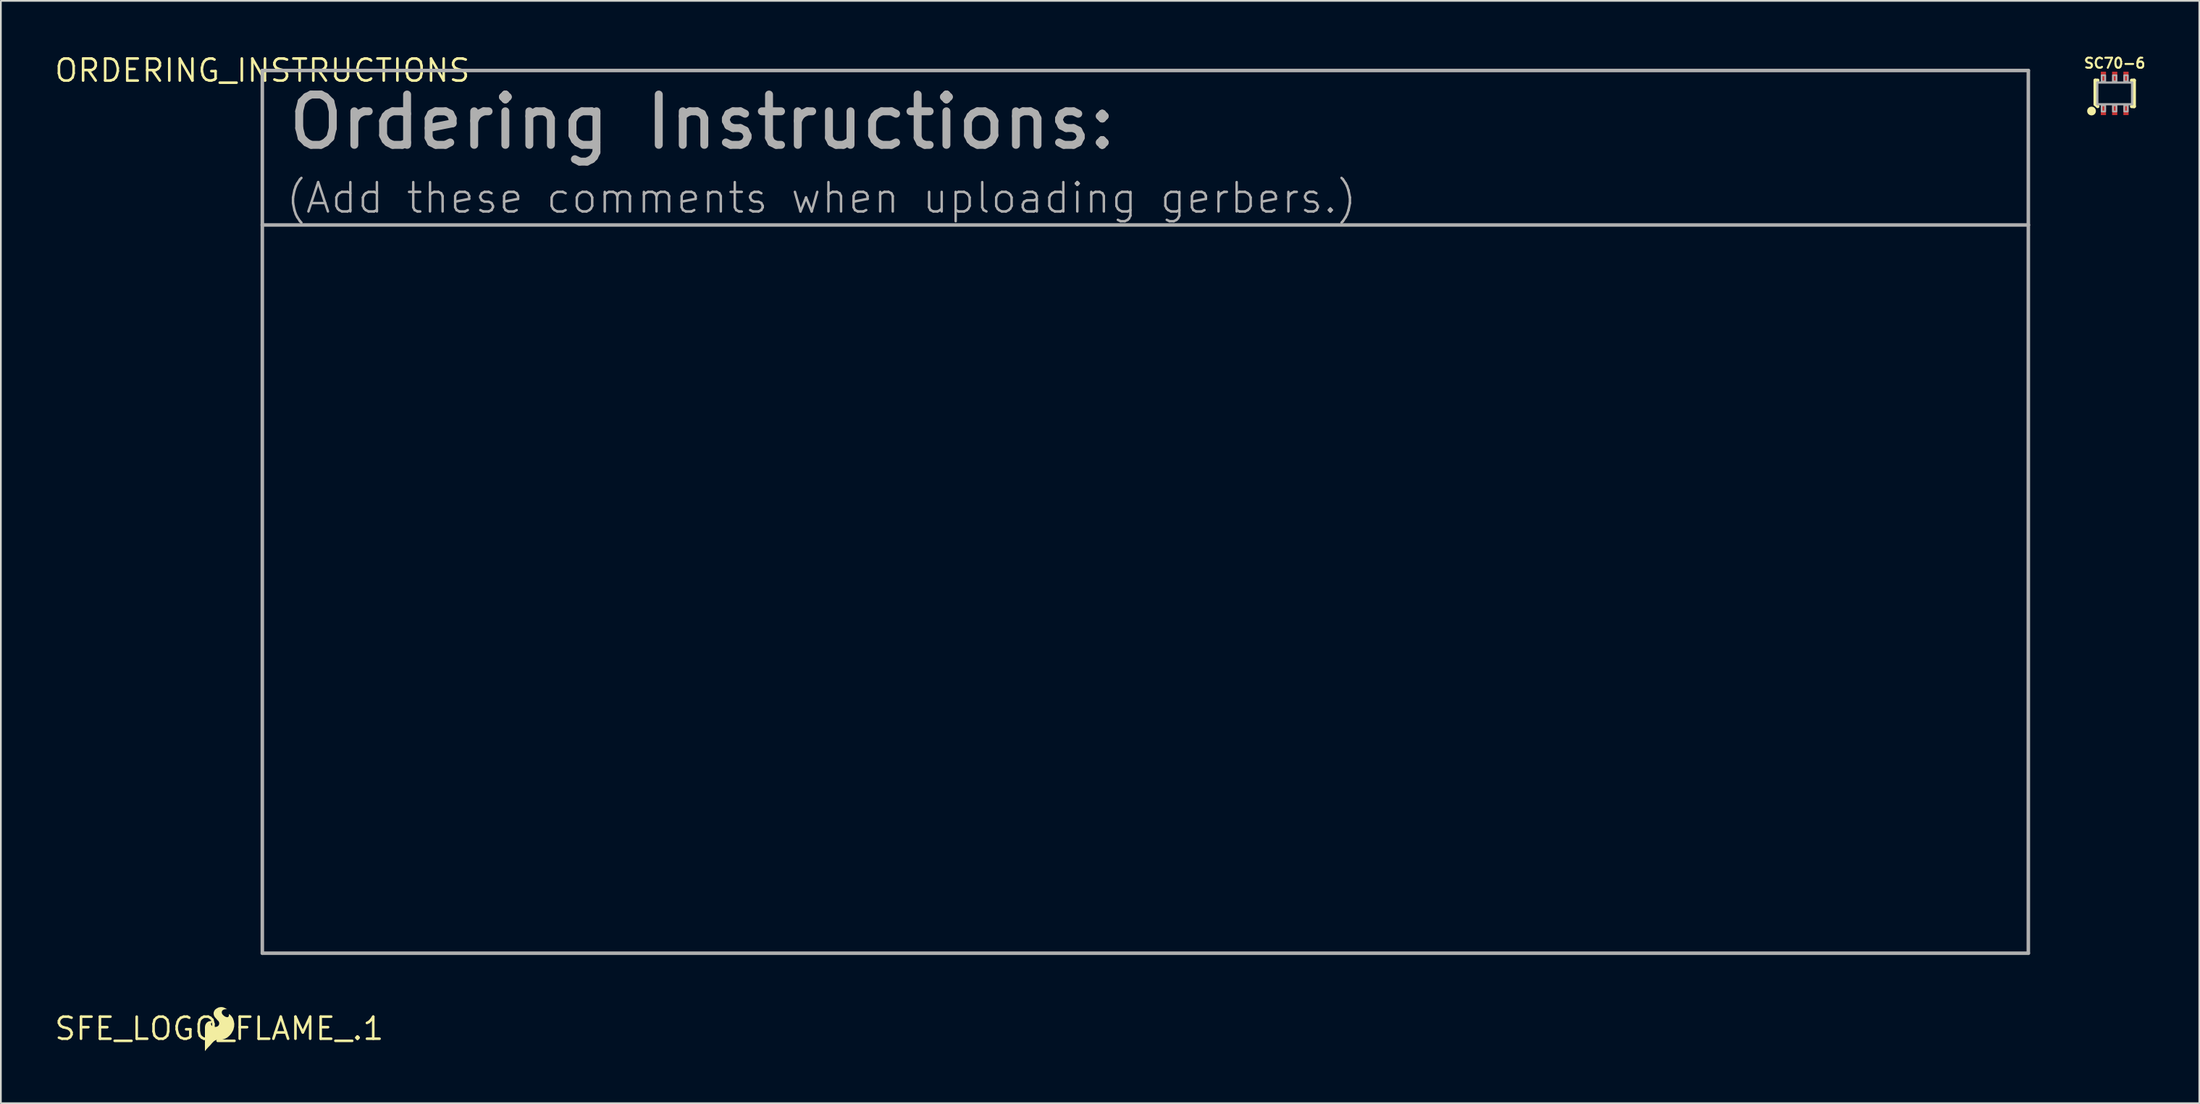
<source format=kicad_pcb>
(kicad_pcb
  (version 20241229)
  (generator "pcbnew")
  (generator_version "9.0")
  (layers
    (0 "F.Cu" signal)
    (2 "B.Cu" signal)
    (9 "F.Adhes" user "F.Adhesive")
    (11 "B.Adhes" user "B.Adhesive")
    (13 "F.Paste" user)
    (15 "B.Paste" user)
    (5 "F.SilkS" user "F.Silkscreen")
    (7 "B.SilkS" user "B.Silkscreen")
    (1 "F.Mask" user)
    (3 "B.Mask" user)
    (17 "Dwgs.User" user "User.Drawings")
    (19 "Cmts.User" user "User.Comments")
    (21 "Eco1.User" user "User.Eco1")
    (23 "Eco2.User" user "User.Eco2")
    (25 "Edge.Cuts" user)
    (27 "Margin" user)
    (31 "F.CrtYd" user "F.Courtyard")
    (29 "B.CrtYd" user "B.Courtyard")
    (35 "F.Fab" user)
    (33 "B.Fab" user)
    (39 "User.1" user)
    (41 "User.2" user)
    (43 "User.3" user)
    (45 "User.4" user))
  (footprint "SC70-6"
    (layer "F.Cu")
    (at 118.611 2.324)
    (property "Reference" "SC70-6" (at 0 -1.397 0) (layer "F.SilkS") (effects (font (size 0.579 0.579) (thickness 0.116)) (justify bottom)))
    (attr through_hole)
    (fp_line (start -1.118 -0.749) (end -1.118 0.622) (stroke (width 0.203) (type solid)) (layer "F.SilkS"))
    (fp_line (start -1.118 0.622) (end -0.978 0.749) (stroke (width 0.203) (type solid)) (layer "F.SilkS"))
    (fp_line (start -0.978 -0.749) (end -1.118 -0.749) (stroke (width 0.203) (type solid)) (layer "F.SilkS"))
    (fp_line (start 0.978 0.749) (end 1.118 0.749) (stroke (width 0.203) (type solid)) (layer "F.SilkS"))
    (fp_line (start 1.118 -0.749) (end 0.978 -0.749) (stroke (width 0.203) (type solid)) (layer "F.SilkS"))
    (fp_line (start 1.118 0.749) (end 1.118 -0.749) (stroke (width 0.203) (type solid)) (layer "F.SilkS"))
    (fp_circle (center -1.333 1.016) (end -1.206 1.016) (stroke (width 0.254) (type solid)) (fill no) (layer "F.SilkS"))
    (fp_line (start -1 -0.625) (end -1 0.625) (stroke (width 0.127) (type solid)) (layer "F.Fab"))
    (fp_line (start -1 0.625) (end 1 0.625) (stroke (width 0.127) (type solid)) (layer "F.Fab"))
    (fp_line (start 1 -0.625) (end -1 -0.625) (stroke (width 0.127) (type solid)) (layer "F.Fab"))
    (fp_line (start 1 0.625) (end 1 -0.625) (stroke (width 0.127) (type solid)) (layer "F.Fab"))
    (fp_poly (pts (xy -0.752 -0.686) (xy -0.548 -0.686) (xy -0.548 -1.041) (xy -0.752 -1.041)) (stroke (width 0.1) (type solid)) (fill no) (layer "F.Fab"))
    (fp_poly (pts (xy -0.752 1.041) (xy -0.548 1.041) (xy -0.548 0.686) (xy -0.752 0.686)) (stroke (width 0.1) (type solid)) (fill no) (layer "F.Fab"))
    (fp_poly (pts (xy -0.102 -0.686) (xy 0.102 -0.686) (xy 0.102 -1.041) (xy -0.102 -1.041)) (stroke (width 0.1) (type solid)) (fill no) (layer "F.Fab"))
    (fp_poly (pts (xy -0.102 1.041) (xy 0.102 1.041) (xy 0.102 0.686) (xy -0.102 0.686)) (stroke (width 0.1) (type solid)) (fill no) (layer "F.Fab"))
    (fp_poly (pts (xy 0.548 -0.686) (xy 0.752 -0.686) (xy 0.752 -1.041) (xy 0.548 -1.041)) (stroke (width 0.1) (type solid)) (fill no) (layer "F.Fab"))
    (fp_poly (pts (xy 0.548 1.041) (xy 0.752 1.041) (xy 0.752 0.686) (xy 0.548 0.686)) (stroke (width 0.1) (type solid)) (fill no) (layer "F.Fab"))
    (pad "1" smd rect (at -0.65 0.92 180) (size 0.3 0.66) (layers "F.Cu" "F.Mask" "F.Paste"))
    (pad "2" smd rect (at 0 0.92 180) (size 0.3 0.66) (layers "F.Cu" "F.Mask" "F.Paste"))
    (pad "3" smd rect (at 0.65 0.92 180) (size 0.3 0.66) (layers "F.Cu" "F.Mask" "F.Paste"))
    (pad "4" smd rect (at 0.65 -0.92) (size 0.3 0.66) (layers "F.Cu" "F.Mask" "F.Paste"))
    (pad "5" smd rect (at 0 -0.92) (size 0.3 0.66) (layers "F.Cu" "F.Mask" "F.Paste"))
    (pad "6" smd rect (at -0.65 -0.92) (size 0.3 0.66) (layers "F.Cu" "F.Mask" "F.Paste")))
  (footprint "SFE_LOGO_FLAME_.1"
    (layer "F.Cu")
    (at 9.563 56.147)
    (property "Reference" "SFE_LOGO_FLAME_.1" (at 0 0 0) (layer "F.SilkS") (effects (font (size 1.27 1.27) (thickness 0.15))))
    (attr through_hole)
    (fp_poly (pts (xy 0.557 -0.839) (xy 0.557 -0.749) (xy 0.547 -0.719) (xy 0.537 -0.699) (xy 0.507 -0.669) (xy 0.477 -0.659) (xy 0.447 -0.659) (xy 0.367 -0.679) (xy 0.327 -0.699) (xy 0.297 -0.719) (xy 0.257 -0.749) (xy 0.197 -0.809) (xy 0.157 -0.869) (xy 0.147 -0.909) (xy 0.147 -0.969) (xy 0.157 -0.999) (xy 0.167 -1.019) (xy 0.187 -1.049) (xy 0.227 -1.079) (xy 0.267 -1.099) (xy 0.317 -1.109) (xy 0.357 -1.119) (xy 0.417 -1.119) (xy 0.437 -1.109) (xy 0.447 -1.109) (xy 0.437 -1.119) (xy 0.397 -1.149) (xy 0.257 -1.219) (xy 0.167 -1.239) (xy 0.067 -1.239) (xy -0.043 -1.219) (xy -0.153 -1.159) (xy -0.243 -1.089) (xy -0.293 -1.009) (xy -0.323 -0.919) (xy -0.323 -0.839) (xy -0.303 -0.749) (xy -0.253 -0.659) (xy -0.183 -0.579) (xy -0.103 -0.489) (xy -0.033 -0.419) (xy -0.003 -0.339) (xy -0.003 -0.269) (xy -0.023 -0.209) (xy -0.063 -0.159) (xy -0.123 -0.119) (xy -0.203 -0.099) (xy -0.283 -0.099) (xy -0.333 -0.109) (xy -0.383 -0.129) (xy -0.443 -0.189) (xy -0.463 -0.219) (xy -0.473 -0.249) (xy -0.473 -0.289) (xy -0.463 -0.319) (xy -0.403 -0.379) (xy -0.373 -0.389) (xy -0.333 -0.409) (xy -0.323 -0.419) (xy -0.363 -0.439) (xy -0.483 -0.439) (xy -0.543 -0.429) (xy -0.593 -0.419) (xy -0.643 -0.399) (xy -0.683 -0.369) (xy -0.733 -0.329) (xy -0.793 -0.229) (xy -0.813 -0.159) (xy -0.823 -0.079) (xy -0.823 1.291) (xy -0.773 1.241) (xy -0.743 1.191) (xy -0.693 1.141) (xy -0.643 1.081) (xy -0.523 0.961) (xy -0.403 0.821) (xy -0.303 0.721) (xy -0.203 0.661) (xy -0.143 0.651) (xy 0.047 0.651) (xy 0.167 0.631) (xy 0.277 0.601) (xy 0.377 0.561) (xy 0.477 0.501) (xy 0.557 0.431) (xy 0.637 0.351) (xy 0.707 0.261) (xy 0.807 0.081) (xy 0.857 -0.109) (xy 0.867 -0.279) (xy 0.837 -0.439) (xy 0.787 -0.589) (xy 0.717 -0.699) (xy 0.637 -0.789)) (stroke (width 0) (type solid)) (fill yes) (layer "F.SilkS")))
  (footprint "ORDERING_INSTRUCTIONS"
    (layer "F.Cu")
    (at 12.042 1.006)
    (property "Reference" "ORDERING_INSTRUCTIONS" (at 0 0 0) (layer "F.SilkS") (effects (font (size 1.27 1.27) (thickness 0.15))))
    (attr through_hole)
    (fp_line (start 0 0) (end 101.6 0) (stroke (width 0.203) (type solid)) (layer "F.Fab"))
    (fp_line (start 0 8.89) (end 0 0) (stroke (width 0.203) (type solid)) (layer "F.Fab"))
    (fp_line (start 0 8.89) (end 101.6 8.89) (stroke (width 0.203) (type solid)) (layer "F.Fab"))
    (fp_line (start 0 50.8) (end 0 8.89) (stroke (width 0.203) (type solid)) (layer "F.Fab"))
    (fp_line (start 101.6 0) (end 101.6 8.89) (stroke (width 0.203) (type solid)) (layer "F.Fab"))
    (fp_line (start 101.6 8.89) (end 101.6 50.8) (stroke (width 0.203) (type solid)) (layer "F.Fab"))
    (fp_line (start 101.6 50.8) (end 0 50.8) (stroke (width 0.203) (type solid)) (layer "F.Fab"))
    (fp_text user "Ordering Instructions:" (at 1.27 1.27 0) (layer "F.Fab") (effects (font (size 2.896 2.896) (thickness 0.457)) (justify left top)))
    (fp_text user "(Add these comments when uploading gerbers.)" (at 1.27 6.35 0) (layer "F.Fab") (effects (font (size 1.689 1.689) (thickness 0.142)) (justify left top))))
  (gr_rect
    (start -3 -3)
    (end 123.478 60.438)
    (stroke (width 0.1) (type default))
    (fill no)
    (layer "Edge.Cuts")))
</source>
